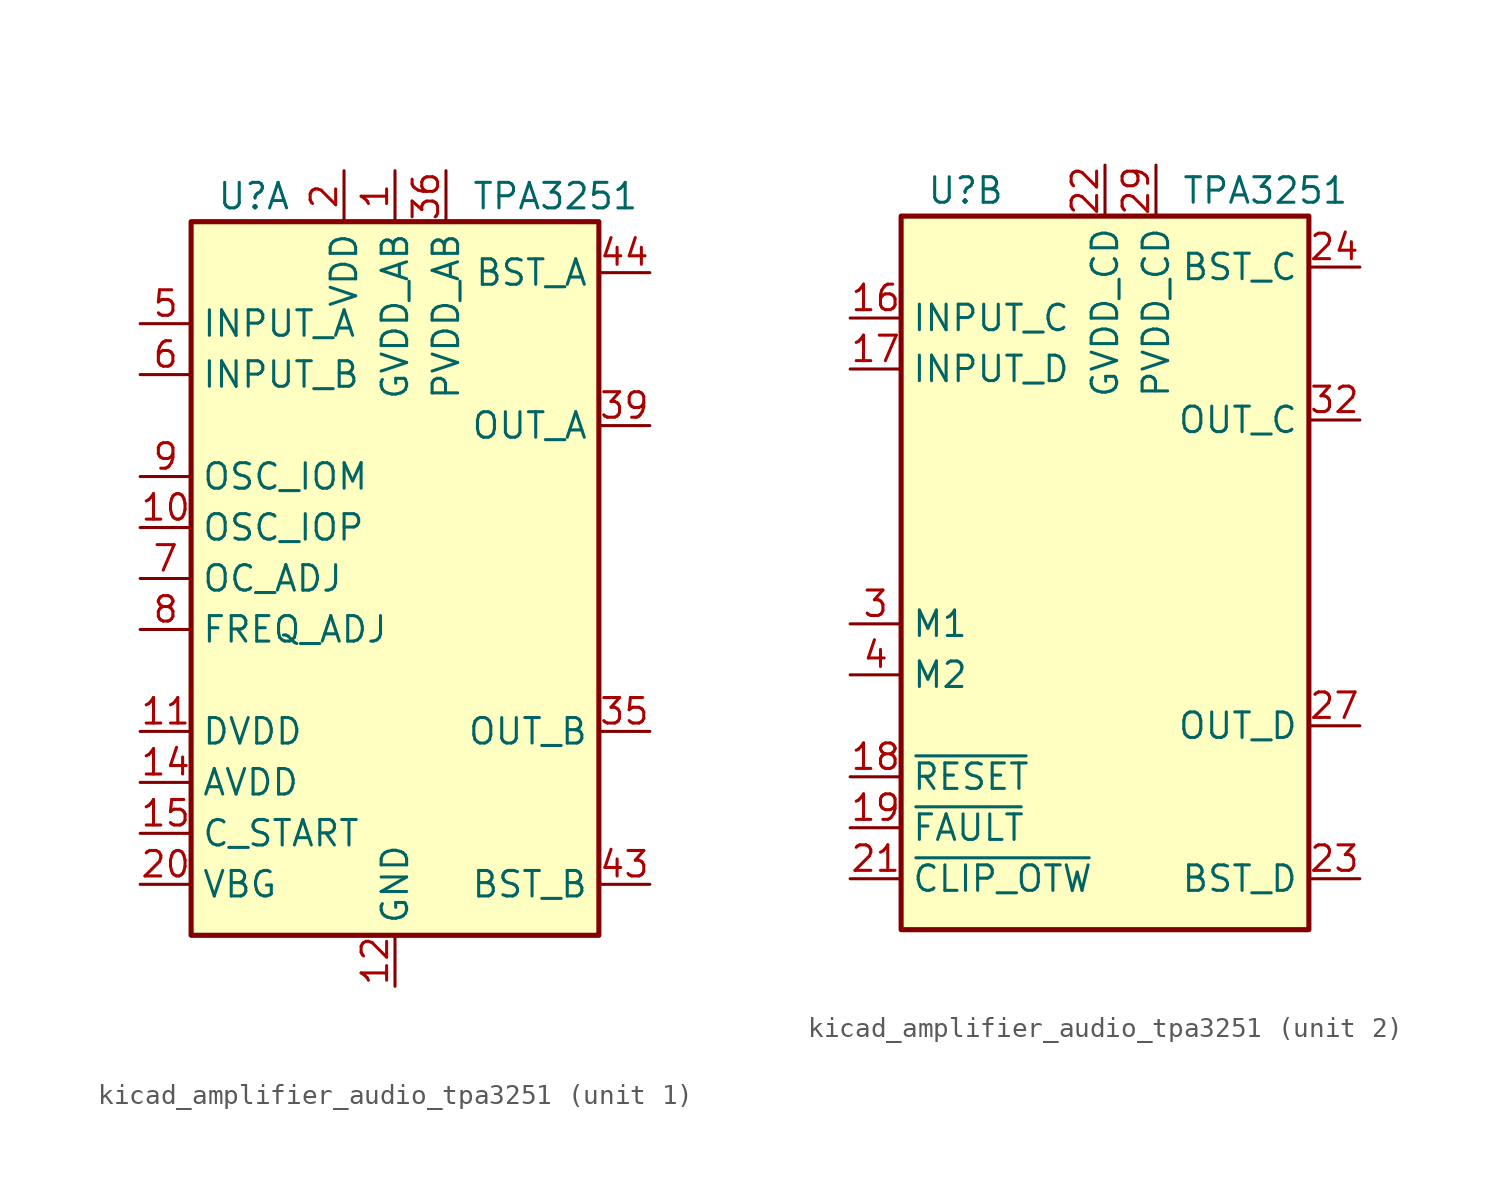
<source format=kicad_sym>
(kicad_symbol_lib
  (version 20220914)
  (generator kicad_symbol_editor)
  (symbol "kicad_amplifier_audio_tpa3251"
    (property "Reference" "U"
      (at -8.89 19.05 0)
      (effects (font (size 1.27 1.27)) (justify left)))
    (property "Value" "TPA3251"
      (at 3.81 19.05 0)
      (effects (font (size 1.27 1.27)) (justify left)))
    (property "ki_locked" ""
      (at 0 0 0)
      (effects (font (size 1.27 1.27))))
    (symbol "kicad_amplifier_audio_tpa3251_0_1"
      (rectangle (start -10.16 -17.78) (end 10.16 17.78) (stroke (width 0.254) (type default)) (fill (type background))))
    (symbol "kicad_amplifier_audio_tpa3251_1_1"
      (pin power_in line (at 0 20.32 270) (length 2.54) (name "GVDD_AB" (effects (font (size 1.27 1.27)))) (number "1" (effects (font (size 1.27 1.27)))))
      (pin bidirectional line (at -12.7 2.54 0) (length 2.54) (name "OSC_IOP" (effects (font (size 1.27 1.27)))) (number "10" (effects (font (size 1.27 1.27)))))
      (pin passive line (at -12.7 -7.62 0) (length 2.54) (name "DVDD" (effects (font (size 1.27 1.27)))) (number "11" (effects (font (size 1.27 1.27)))))
      (pin power_in line (at 0 -20.32 90) (length 2.54) (name "GND" (effects (font (size 1.27 1.27)))) (number "12" (effects (font (size 1.27 1.27)))))
      (pin passive line (at 0 -20.32 90) (length 2.54) hide (name "GND" (effects (font (size 1.27 1.27)))) (number "13" (effects (font (size 1.27 1.27)))))
      (pin passive line (at -12.7 -10.16 0) (length 2.54) (name "AVDD" (effects (font (size 1.27 1.27)))) (number "14" (effects (font (size 1.27 1.27)))))
      (pin passive line (at -12.7 -12.7 0) (length 2.54) (name "C_START" (effects (font (size 1.27 1.27)))) (number "15" (effects (font (size 1.27 1.27)))))
      (pin power_in line (at -2.54 20.32 270) (length 2.54) (name "VDD" (effects (font (size 1.27 1.27)))) (number "2" (effects (font (size 1.27 1.27)))))
      (pin passive line (at -12.7 -15.24 0) (length 2.54) (name "VBG" (effects (font (size 1.27 1.27)))) (number "20" (effects (font (size 1.27 1.27)))))
      (pin passive line (at 0 -20.32 90) (length 2.54) hide (name "GND" (effects (font (size 1.27 1.27)))) (number "25" (effects (font (size 1.27 1.27)))))
      (pin passive line (at 0 -20.32 90) (length 2.54) hide (name "GND" (effects (font (size 1.27 1.27)))) (number "26" (effects (font (size 1.27 1.27)))))
      (pin passive line (at 0 -20.32 90) (length 2.54) hide (name "GND" (effects (font (size 1.27 1.27)))) (number "33" (effects (font (size 1.27 1.27)))))
      (pin passive line (at 0 -20.32 90) (length 2.54) hide (name "GND" (effects (font (size 1.27 1.27)))) (number "34" (effects (font (size 1.27 1.27)))))
      (pin output line (at 12.7 -7.62 180) (length 2.54) (name "OUT_B" (effects (font (size 1.27 1.27)))) (number "35" (effects (font (size 1.27 1.27)))))
      (pin power_in line (at 2.54 20.32 270) (length 2.54) (name "PVDD_AB" (effects (font (size 1.27 1.27)))) (number "36" (effects (font (size 1.27 1.27)))))
      (pin passive line (at 2.54 20.32 270) (length 2.54) hide (name "PVDD_AB" (effects (font (size 1.27 1.27)))) (number "37" (effects (font (size 1.27 1.27)))))
      (pin passive line (at 2.54 20.32 270) (length 2.54) hide (name "PVDD_AB" (effects (font (size 1.27 1.27)))) (number "38" (effects (font (size 1.27 1.27)))))
      (pin output line (at 12.7 7.62 180) (length 2.54) (name "OUT_A" (effects (font (size 1.27 1.27)))) (number "39" (effects (font (size 1.27 1.27)))))
      (pin passive line (at 12.7 7.62 180) (length 2.54) hide (name "OUT_A" (effects (font (size 1.27 1.27)))) (number "40" (effects (font (size 1.27 1.27)))))
      (pin passive line (at 0 -20.32 90) (length 2.54) hide (name "GND" (effects (font (size 1.27 1.27)))) (number "41" (effects (font (size 1.27 1.27)))))
      (pin passive line (at 0 -20.32 90) (length 2.54) hide (name "GND" (effects (font (size 1.27 1.27)))) (number "42" (effects (font (size 1.27 1.27)))))
      (pin passive line (at 12.7 -15.24 180) (length 2.54) (name "BST_B" (effects (font (size 1.27 1.27)))) (number "43" (effects (font (size 1.27 1.27)))))
      (pin passive line (at 12.7 15.24 180) (length 2.54) (name "BST_A" (effects (font (size 1.27 1.27)))) (number "44" (effects (font (size 1.27 1.27)))))
      (pin input line (at -12.7 12.7 0) (length 2.54) (name "INPUT_A" (effects (font (size 1.27 1.27)))) (number "5" (effects (font (size 1.27 1.27)))))
      (pin input line (at -12.7 10.16 0) (length 2.54) (name "INPUT_B" (effects (font (size 1.27 1.27)))) (number "6" (effects (font (size 1.27 1.27)))))
      (pin passive line (at -12.7 0 0) (length 2.54) (name "OC_ADJ" (effects (font (size 1.27 1.27)))) (number "7" (effects (font (size 1.27 1.27)))))
      (pin passive line (at -12.7 -2.54 0) (length 2.54) (name "FREQ_ADJ" (effects (font (size 1.27 1.27)))) (number "8" (effects (font (size 1.27 1.27)))))
      (pin bidirectional line (at -12.7 5.08 0) (length 2.54) (name "OSC_IOM" (effects (font (size 1.27 1.27)))) (number "9" (effects (font (size 1.27 1.27))))))
    (symbol "kicad_amplifier_audio_tpa3251_2_1"
      (pin input line (at -12.7 12.7 0) (length 2.54) (name "INPUT_C" (effects (font (size 1.27 1.27)))) (number "16" (effects (font (size 1.27 1.27)))))
      (pin input line (at -12.7 10.16 0) (length 2.54) (name "INPUT_D" (effects (font (size 1.27 1.27)))) (number "17" (effects (font (size 1.27 1.27)))))
      (pin input line (at -12.7 -10.16 0) (length 2.54) (name "~{RESET}" (effects (font (size 1.27 1.27)))) (number "18" (effects (font (size 1.27 1.27)))))
      (pin open_collector line (at -12.7 -12.7 0) (length 2.54) (name "~{FAULT}" (effects (font (size 1.27 1.27)))) (number "19" (effects (font (size 1.27 1.27)))))
      (pin open_collector line (at -12.7 -15.24 0) (length 2.54) (name "~{CLIP_OTW}" (effects (font (size 1.27 1.27)))) (number "21" (effects (font (size 1.27 1.27)))))
      (pin power_in line (at 0 20.32 270) (length 2.54) (name "GVDD_CD" (effects (font (size 1.27 1.27)))) (number "22" (effects (font (size 1.27 1.27)))))
      (pin passive line (at 12.7 -15.24 180) (length 2.54) (name "BST_D" (effects (font (size 1.27 1.27)))) (number "23" (effects (font (size 1.27 1.27)))))
      (pin passive line (at 12.7 15.24 180) (length 2.54) (name "BST_C" (effects (font (size 1.27 1.27)))) (number "24" (effects (font (size 1.27 1.27)))))
      (pin output line (at 12.7 -7.62 180) (length 2.54) (name "OUT_D" (effects (font (size 1.27 1.27)))) (number "27" (effects (font (size 1.27 1.27)))))
      (pin passive line (at 12.7 -7.62 180) (length 2.54) hide (name "OUT_D" (effects (font (size 1.27 1.27)))) (number "28" (effects (font (size 1.27 1.27)))))
      (pin power_in line (at 2.54 20.32 270) (length 2.54) (name "PVDD_CD" (effects (font (size 1.27 1.27)))) (number "29" (effects (font (size 1.27 1.27)))))
      (pin input line (at -12.7 -2.54 0) (length 2.54) (name "M1" (effects (font (size 1.27 1.27)))) (number "3" (effects (font (size 1.27 1.27)))))
      (pin passive line (at 2.54 20.32 270) (length 2.54) hide (name "PVDD_CD" (effects (font (size 1.27 1.27)))) (number "30" (effects (font (size 1.27 1.27)))))
      (pin passive line (at 2.54 20.32 270) (length 2.54) hide (name "PVDD_CD" (effects (font (size 1.27 1.27)))) (number "31" (effects (font (size 1.27 1.27)))))
      (pin output line (at 12.7 7.62 180) (length 2.54) (name "OUT_C" (effects (font (size 1.27 1.27)))) (number "32" (effects (font (size 1.27 1.27)))))
      (pin input line (at -12.7 -5.08 0) (length 2.54) (name "M2" (effects (font (size 1.27 1.27)))) (number "4" (effects (font (size 1.27 1.27))))))))
</source>
